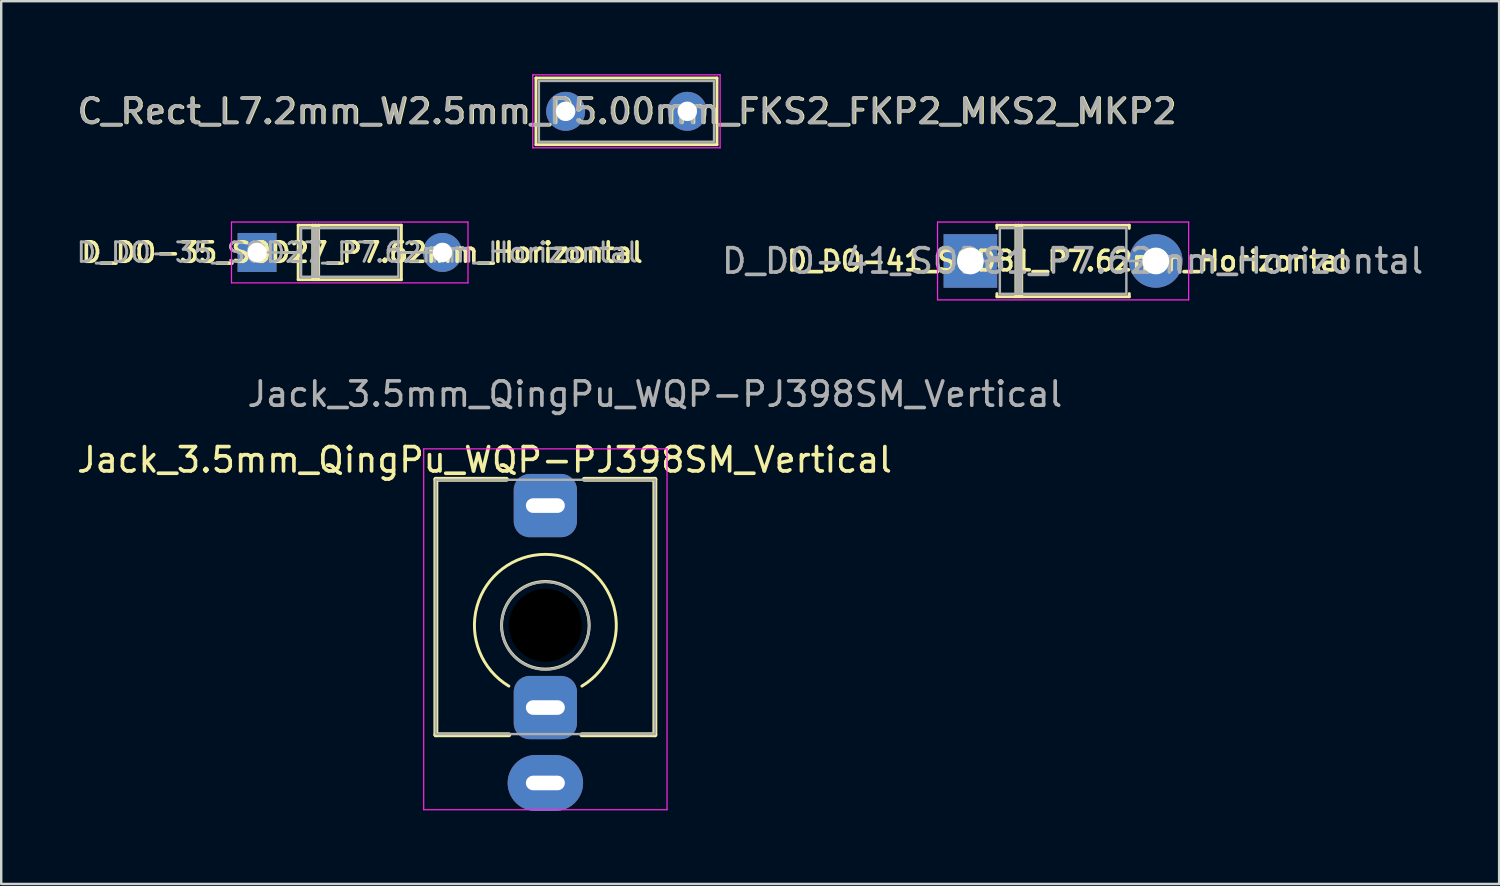
<source format=kicad_pcb>
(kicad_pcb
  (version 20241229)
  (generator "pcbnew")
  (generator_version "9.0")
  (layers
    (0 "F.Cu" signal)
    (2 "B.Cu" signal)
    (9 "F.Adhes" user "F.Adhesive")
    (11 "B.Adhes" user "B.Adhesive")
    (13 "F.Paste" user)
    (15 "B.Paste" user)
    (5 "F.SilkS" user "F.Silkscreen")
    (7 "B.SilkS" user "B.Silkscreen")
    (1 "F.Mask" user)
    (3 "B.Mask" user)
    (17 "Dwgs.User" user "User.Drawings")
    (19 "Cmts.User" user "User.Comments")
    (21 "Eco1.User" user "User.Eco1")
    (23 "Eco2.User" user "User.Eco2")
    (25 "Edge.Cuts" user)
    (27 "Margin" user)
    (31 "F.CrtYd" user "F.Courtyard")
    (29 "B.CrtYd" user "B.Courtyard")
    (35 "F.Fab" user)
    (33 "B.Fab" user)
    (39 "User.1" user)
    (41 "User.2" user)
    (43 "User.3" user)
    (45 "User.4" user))
  (footprint "C_Rect_L7.2mm_W2.5mm_P5.00mm_FKS2_FKP2_MKS2_MKP2"
    (layer "F.Cu")
    (at 20.196 1.525)
    (property "Reference" "C_Rect_L7.2mm_W2.5mm_P5.00mm_FKS2_FKP2_MKS2_MKP2" (at 2.54 0 0) (layer "F.SilkS") (effects (font (size 1 1) (thickness 0.15))))
    (attr through_hole)
    (fp_line (start -1.22 -1.37) (end -1.22 1.37) (stroke (width 0.12) (type solid)) (layer "F.SilkS"))
    (fp_line (start -1.22 -1.37) (end 6.22 -1.37) (stroke (width 0.12) (type solid)) (layer "F.SilkS"))
    (fp_line (start -1.22 1.37) (end 6.22 1.37) (stroke (width 0.12) (type solid)) (layer "F.SilkS"))
    (fp_line (start 6.22 -1.37) (end 6.22 1.37) (stroke (width 0.12) (type solid)) (layer "F.SilkS"))
    (fp_line (start -1.35 -1.5) (end -1.35 1.5) (stroke (width 0.05) (type solid)) (layer "F.CrtYd"))
    (fp_line (start -1.35 1.5) (end 6.35 1.5) (stroke (width 0.05) (type solid)) (layer "F.CrtYd"))
    (fp_line (start 6.35 -1.5) (end -1.35 -1.5) (stroke (width 0.05) (type solid)) (layer "F.CrtYd"))
    (fp_line (start 6.35 1.5) (end 6.35 -1.5) (stroke (width 0.05) (type solid)) (layer "F.CrtYd"))
    (fp_line (start -1.1 -1.25) (end -1.1 1.25) (stroke (width 0.1) (type solid)) (layer "F.Fab"))
    (fp_line (start -1.1 1.25) (end 6.1 1.25) (stroke (width 0.1) (type solid)) (layer "F.Fab"))
    (fp_line (start 6.1 -1.25) (end -1.1 -1.25) (stroke (width 0.1) (type solid)) (layer "F.Fab"))
    (fp_line (start 6.1 1.25) (end 6.1 -1.25) (stroke (width 0.1) (type solid)) (layer "F.Fab"))
    (fp_text user "${REFERENCE}" (at 2.5 0 0) (layer "F.Fab") (effects (font (size 1 1) (thickness 0.15))))
    (pad "1" thru_hole circle (at 0 0) (size 1.6 1.6) (drill 0.8) (layers "*.Cu" "*.Mask"))
    (pad "2" thru_hole circle (at 5 0) (size 1.6 1.6) (drill 0.8) (layers "*.Cu" "*.Mask")))
  (footprint "Jack_3.5mm_QingPu_WQP-PJ398SM_Vertical"
    (layer "F.Cu")
    (at 19.363 22.648)
    (property "Reference" "Jack_3.5mm_QingPu_WQP-PJ398SM_Vertical" (at -2.5 -6.8 0) (layer "F.SilkS") (effects (font (size 1 1) (thickness 0.15))))
    (attr through_hole)
    (fp_line (start -4.5 -6) (end -1.6 -6) (stroke (width 0.2) (type solid)) (layer "F.SilkS"))
    (fp_line (start -4.5 4.5) (end -4.5 -6) (stroke (width 0.2) (type solid)) (layer "F.SilkS"))
    (fp_line (start -4.5 4.5) (end -1.5 4.5) (stroke (width 0.2) (type solid)) (layer "F.SilkS"))
    (fp_line (start 1.5 4.5) (end 4.5 4.5) (stroke (width 0.2) (type solid)) (layer "F.SilkS"))
    (fp_line (start 1.6 -6) (end 4.5 -6) (stroke (width 0.2) (type solid)) (layer "F.SilkS"))
    (fp_line (start 4.5 4.5) (end 4.5 -6) (stroke (width 0.2) (type solid)) (layer "F.SilkS"))
    (fp_arc (start -1.5 2.499999) (mid 0 -2.915475) (end 1.5 2.499999) (stroke (width 0.12) (type solid)) (layer "F.SilkS"))
    (fp_circle (center 0 0) (end -1.8 0) (stroke (width 0.12) (type solid)) (fill no) (layer "F.SilkS"))
    (fp_line (start -5 -7.25) (end -5 7.58) (stroke (width 0.05) (type solid)) (layer "F.CrtYd"))
    (fp_line (start -5 -7.25) (end 5 -7.25) (stroke (width 0.05) (type solid)) (layer "F.CrtYd"))
    (fp_line (start -5 7.58) (end 5 7.58) (stroke (width 0.05) (type solid)) (layer "F.CrtYd"))
    (fp_line (start 5 -7.25) (end 5 7.58) (stroke (width 0.05) (type solid)) (layer "F.CrtYd"))
    (fp_line (start -4.5 -5.98) (end -4.5 4.42) (stroke (width 0.1) (type solid)) (layer "F.Fab"))
    (fp_line (start -4.5 -5.98) (end 4.5 -5.98) (stroke (width 0.1) (type solid)) (layer "F.Fab"))
    (fp_line (start -4.5 4.47) (end 4.5 4.47) (stroke (width 0.1) (type solid)) (layer "F.Fab"))
    (fp_line (start 4.5 -5.98) (end 4.5 4.42) (stroke (width 0.1) (type solid)) (layer "F.Fab"))
    (fp_circle (center 0 0.02) (end -1.8 0.02) (stroke (width 0.1) (type solid)) (fill no) (layer "F.Fab"))
    (fp_text user "${REFERENCE}" (at 4.5 -9.5 0) (layer "F.Fab") (effects (font (size 1 1) (thickness 0.15))))
    (pad "" np_thru_hole circle (at 0 0) (size 3 3) (drill 3) (layers "*.Mask"))
    (pad "S" thru_hole oval (at 0 6.48) (size 3.1 2.3) (drill oval 1.6 0.6) (layers "*.Cu" "*.Mask"))
    (pad "T" thru_hole roundrect (at 0 -4.92) (size 2.6 2.6) (drill oval 1.6 0.6) (layers "*.Cu" "*.Mask") (roundrect_rratio 0.25))
    (pad "TN" thru_hole roundrect (at 0 3.38) (size 2.6 2.6) (drill oval 1.6 0.6) (layers "*.Cu" "*.Mask") (roundrect_rratio 0.25)))
  (footprint "D_DO-41_SOD81_P7.62mm_Horizontal"
    (layer "F.Cu")
    (at 36.83 7.675)
    (property "Reference" "D_DO-41_SOD81_P7.62mm_Horizontal" (at 4 0 0) (layer "F.SilkS") (effects (font (size 0.8 0.8) (thickness 0.15))))
    (attr through_hole)
    (fp_line (start 1.09 -1.47) (end 6.53 -1.47) (stroke (width 0.12) (type solid)) (layer "F.SilkS"))
    (fp_line (start 1.09 -1.34) (end 1.09 -1.47) (stroke (width 0.12) (type solid)) (layer "F.SilkS"))
    (fp_line (start 1.09 1.34) (end 1.09 1.47) (stroke (width 0.12) (type solid)) (layer "F.SilkS"))
    (fp_line (start 1.09 1.47) (end 6.53 1.47) (stroke (width 0.12) (type solid)) (layer "F.SilkS"))
    (fp_line (start 1.87 -1.47) (end 1.87 1.47) (stroke (width 0.12) (type solid)) (layer "F.SilkS"))
    (fp_line (start 1.99 -1.47) (end 1.99 1.47) (stroke (width 0.12) (type solid)) (layer "F.SilkS"))
    (fp_line (start 2.11 -1.47) (end 2.11 1.47) (stroke (width 0.12) (type solid)) (layer "F.SilkS"))
    (fp_line (start 6.53 -1.47) (end 6.53 -1.34) (stroke (width 0.12) (type solid)) (layer "F.SilkS"))
    (fp_line (start 6.53 1.47) (end 6.53 1.34) (stroke (width 0.12) (type solid)) (layer "F.SilkS"))
    (fp_line (start -1.35 -1.6) (end -1.35 1.6) (stroke (width 0.05) (type solid)) (layer "F.CrtYd"))
    (fp_line (start -1.35 1.6) (end 8.97 1.6) (stroke (width 0.05) (type solid)) (layer "F.CrtYd"))
    (fp_line (start 8.97 -1.6) (end -1.35 -1.6) (stroke (width 0.05) (type solid)) (layer "F.CrtYd"))
    (fp_line (start 8.97 1.6) (end 8.97 -1.6) (stroke (width 0.05) (type solid)) (layer "F.CrtYd"))
    (fp_line (start 0 0) (end 1.21 0) (stroke (width 0.1) (type solid)) (layer "F.Fab"))
    (fp_line (start 1.21 -1.35) (end 1.21 1.35) (stroke (width 0.1) (type solid)) (layer "F.Fab"))
    (fp_line (start 1.21 1.35) (end 6.41 1.35) (stroke (width 0.1) (type solid)) (layer "F.Fab"))
    (fp_line (start 1.89 -1.35) (end 1.89 1.35) (stroke (width 0.1) (type solid)) (layer "F.Fab"))
    (fp_line (start 1.99 -1.35) (end 1.99 1.35) (stroke (width 0.1) (type solid)) (layer "F.Fab"))
    (fp_line (start 2.09 -1.35) (end 2.09 1.35) (stroke (width 0.1) (type solid)) (layer "F.Fab"))
    (fp_line (start 6.41 -1.35) (end 1.21 -1.35) (stroke (width 0.1) (type solid)) (layer "F.Fab"))
    (fp_line (start 6.41 1.35) (end 6.41 -1.35) (stroke (width 0.1) (type solid)) (layer "F.Fab"))
    (fp_line (start 7.62 0) (end 6.41 0) (stroke (width 0.1) (type solid)) (layer "F.Fab"))
    (fp_text user "${REFERENCE}" (at 4.2 0 0) (layer "F.Fab") (effects (font (size 1 1) (thickness 0.15))))
    (pad "1" thru_hole rect (at 0 0) (size 2.2 2.2) (drill 1.1) (layers "*.Cu" "*.Mask"))
    (pad "2" thru_hole oval (at 7.62 0) (size 2.2 2.2) (drill 1.1) (layers "*.Cu" "*.Mask")))
  (footprint "D_DO-35_SOD27_P7.62mm_Horizontal"
    (layer "F.Cu")
    (at 7.514 7.325)
    (property "Reference" "D_DO-35_SOD27_P7.62mm_Horizontal" (at 4.318 0 0) (layer "F.SilkS") (effects (font (size 0.8 0.8) (thickness 0.15))))
    (attr through_hole)
    (fp_line (start 1.04 0) (end 1.69 0) (stroke (width 0.12) (type solid)) (layer "F.SilkS"))
    (fp_line (start 1.69 -1.12) (end 1.69 1.12) (stroke (width 0.12) (type solid)) (layer "F.SilkS"))
    (fp_line (start 1.69 1.12) (end 5.93 1.12) (stroke (width 0.12) (type solid)) (layer "F.SilkS"))
    (fp_line (start 2.29 -1.12) (end 2.29 1.12) (stroke (width 0.12) (type solid)) (layer "F.SilkS"))
    (fp_line (start 2.41 -1.12) (end 2.41 1.12) (stroke (width 0.12) (type solid)) (layer "F.SilkS"))
    (fp_line (start 2.53 -1.12) (end 2.53 1.12) (stroke (width 0.12) (type solid)) (layer "F.SilkS"))
    (fp_line (start 5.93 -1.12) (end 1.69 -1.12) (stroke (width 0.12) (type solid)) (layer "F.SilkS"))
    (fp_line (start 5.93 1.12) (end 5.93 -1.12) (stroke (width 0.12) (type solid)) (layer "F.SilkS"))
    (fp_line (start 6.58 0) (end 5.93 0) (stroke (width 0.12) (type solid)) (layer "F.SilkS"))
    (fp_line (start -1.05 -1.25) (end -1.05 1.25) (stroke (width 0.05) (type solid)) (layer "F.CrtYd"))
    (fp_line (start -1.05 1.25) (end 8.67 1.25) (stroke (width 0.05) (type solid)) (layer "F.CrtYd"))
    (fp_line (start 8.67 -1.25) (end -1.05 -1.25) (stroke (width 0.05) (type solid)) (layer "F.CrtYd"))
    (fp_line (start 8.67 1.25) (end 8.67 -1.25) (stroke (width 0.05) (type solid)) (layer "F.CrtYd"))
    (fp_line (start 0 0) (end 1.81 0) (stroke (width 0.1) (type solid)) (layer "F.Fab"))
    (fp_line (start 1.81 -1) (end 1.81 1) (stroke (width 0.1) (type solid)) (layer "F.Fab"))
    (fp_line (start 1.81 1) (end 5.81 1) (stroke (width 0.1) (type solid)) (layer "F.Fab"))
    (fp_line (start 2.31 -1) (end 2.31 1) (stroke (width 0.1) (type solid)) (layer "F.Fab"))
    (fp_line (start 2.41 -1) (end 2.41 1) (stroke (width 0.1) (type solid)) (layer "F.Fab"))
    (fp_line (start 2.51 -1) (end 2.51 1) (stroke (width 0.1) (type solid)) (layer "F.Fab"))
    (fp_line (start 5.81 -1) (end 1.81 -1) (stroke (width 0.1) (type solid)) (layer "F.Fab"))
    (fp_line (start 5.81 1) (end 5.81 -1) (stroke (width 0.1) (type solid)) (layer "F.Fab"))
    (fp_line (start 7.62 0) (end 5.81 0) (stroke (width 0.1) (type solid)) (layer "F.Fab"))
    (fp_text user "${REFERENCE}" (at 4.11 0 0) (layer "F.Fab") (effects (font (size 0.8 0.8) (thickness 0.12))))
    (pad "1" thru_hole rect (at 0 0) (size 1.6 1.6) (drill 0.8) (layers "*.Cu" "*.Mask"))
    (pad "2" thru_hole oval (at 7.62 0) (size 1.6 1.6) (drill 0.8) (layers "*.Cu" "*.Mask")))
  (gr_rect
    (start -3 -3)
    (end 58.56 33.278)
    (stroke (width 0.1) (type default))
    (fill no)
    (layer "Edge.Cuts")))
</source>
